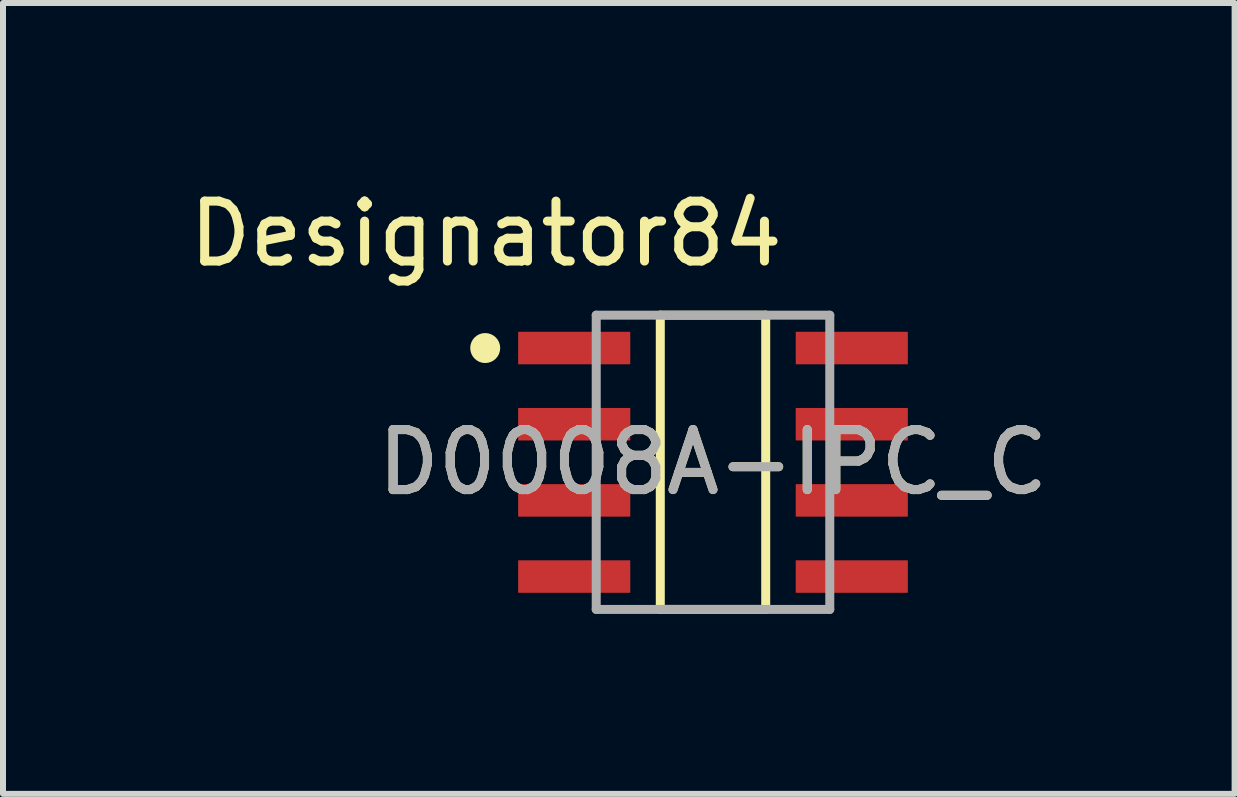
<source format=kicad_pcb>
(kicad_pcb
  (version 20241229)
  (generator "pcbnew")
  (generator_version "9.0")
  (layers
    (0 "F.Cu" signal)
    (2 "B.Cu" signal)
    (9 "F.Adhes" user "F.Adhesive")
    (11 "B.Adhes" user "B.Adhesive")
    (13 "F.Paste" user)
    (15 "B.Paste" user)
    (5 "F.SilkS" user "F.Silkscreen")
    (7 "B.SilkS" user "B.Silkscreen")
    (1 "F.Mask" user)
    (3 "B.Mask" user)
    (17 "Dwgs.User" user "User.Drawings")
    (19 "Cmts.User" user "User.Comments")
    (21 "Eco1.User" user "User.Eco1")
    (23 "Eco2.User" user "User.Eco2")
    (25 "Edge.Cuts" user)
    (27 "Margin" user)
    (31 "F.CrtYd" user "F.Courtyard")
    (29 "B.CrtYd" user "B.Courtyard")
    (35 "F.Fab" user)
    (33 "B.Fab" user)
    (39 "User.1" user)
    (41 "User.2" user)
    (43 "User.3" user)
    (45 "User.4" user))
  (footprint "D0008A-IPC_C"
    (layer "F.Cu")
    (at 8.838 4.658)
    (property "Reference" "D0008A-IPC_C" (at 0 0 0) (unlocked yes) (layer "F.SilkS") (effects (font (size 1 1) (thickness 0.15))))
    (attr smd)
    (fp_line (start -0.879 -2.453) (end 0.879 -2.453) (stroke (width 0.15) (type solid)) (layer "F.SilkS"))
    (fp_line (start -0.879 2.453) (end -0.879 -2.453) (stroke (width 0.15) (type solid)) (layer "F.SilkS"))
    (fp_line (start -0.879 2.453) (end 0.879 2.453) (stroke (width 0.15) (type solid)) (layer "F.SilkS"))
    (fp_line (start 0.879 2.453) (end 0.879 -2.453) (stroke (width 0.15) (type solid)) (layer "F.SilkS"))
    (fp_circle (center -3.798 -1.905) (end -3.673 -1.905) (stroke (width 0.25) (type solid)) (fill no) (layer "F.SilkS"))
    (fp_line (start -1.947 -2.453) (end 1.947 -2.453) (stroke (width 0.15) (type solid)) (layer "F.Fab"))
    (fp_line (start -1.947 2.453) (end -1.947 -2.453) (stroke (width 0.15) (type solid)) (layer "F.Fab"))
    (fp_line (start -1.947 2.453) (end 1.947 2.453) (stroke (width 0.15) (type solid)) (layer "F.Fab"))
    (fp_line (start 1.947 2.453) (end 1.947 -2.453) (stroke (width 0.15) (type solid)) (layer "F.Fab"))
    (fp_text user "Designator84" (at -3.785 -3.81 0) (unlocked yes) (layer "F.SilkS") (effects (font (size 1 1) (thickness 0.15))))
    (fp_text user "${REFERENCE}" (at 0 0 0) (unlocked yes) (layer "F.Fab") (effects (font (size 1 1) (thickness 0.15))))
    (pad "1" smd rect (at -2.314 -1.905) (size 1.869 0.542) (layers "F.Cu" "F.Mask" "F.Paste"))
    (pad "2" smd rect (at -2.314 -0.635) (size 1.869 0.542) (layers "F.Cu" "F.Mask" "F.Paste"))
    (pad "3" smd rect (at -2.314 0.635) (size 1.869 0.542) (layers "F.Cu" "F.Mask" "F.Paste"))
    (pad "4" smd rect (at -2.314 1.905) (size 1.869 0.542) (layers "F.Cu" "F.Mask" "F.Paste"))
    (pad "5" smd rect (at 2.314 1.905) (size 1.869 0.542) (layers "F.Cu" "F.Mask" "F.Paste"))
    (pad "6" smd rect (at 2.314 0.635) (size 1.869 0.542) (layers "F.Cu" "F.Mask" "F.Paste"))
    (pad "7" smd rect (at 2.314 -0.635) (size 1.869 0.542) (layers "F.Cu" "F.Mask" "F.Paste"))
    (pad "8" smd rect (at 2.314 -1.905) (size 1.869 0.542) (layers "F.Cu" "F.Mask" "F.Paste")))
  (gr_rect
    (start -3 -3)
    (end 17.535 10.186)
    (stroke (width 0.1) (type default))
    (fill no)
    (layer "Edge.Cuts")))
</source>
